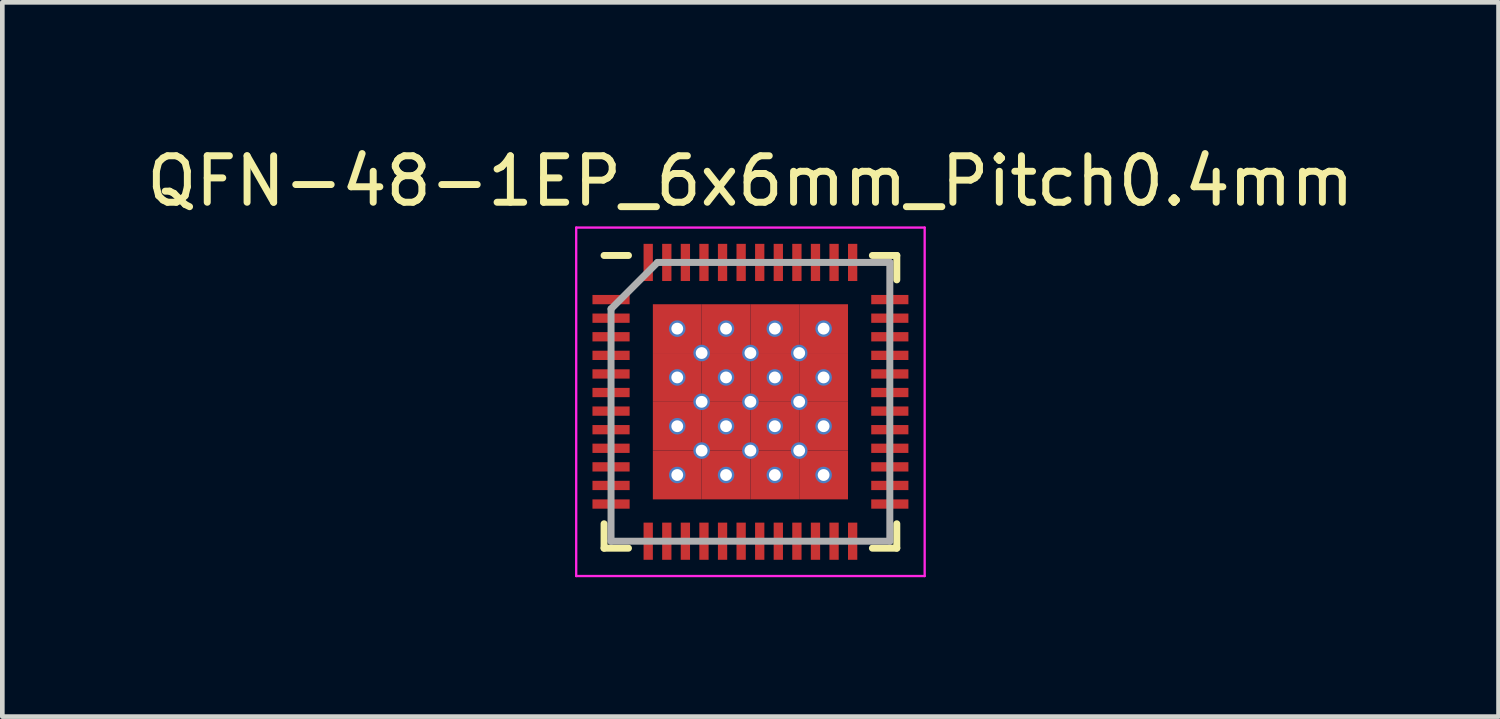
<source format=kicad_pcb>
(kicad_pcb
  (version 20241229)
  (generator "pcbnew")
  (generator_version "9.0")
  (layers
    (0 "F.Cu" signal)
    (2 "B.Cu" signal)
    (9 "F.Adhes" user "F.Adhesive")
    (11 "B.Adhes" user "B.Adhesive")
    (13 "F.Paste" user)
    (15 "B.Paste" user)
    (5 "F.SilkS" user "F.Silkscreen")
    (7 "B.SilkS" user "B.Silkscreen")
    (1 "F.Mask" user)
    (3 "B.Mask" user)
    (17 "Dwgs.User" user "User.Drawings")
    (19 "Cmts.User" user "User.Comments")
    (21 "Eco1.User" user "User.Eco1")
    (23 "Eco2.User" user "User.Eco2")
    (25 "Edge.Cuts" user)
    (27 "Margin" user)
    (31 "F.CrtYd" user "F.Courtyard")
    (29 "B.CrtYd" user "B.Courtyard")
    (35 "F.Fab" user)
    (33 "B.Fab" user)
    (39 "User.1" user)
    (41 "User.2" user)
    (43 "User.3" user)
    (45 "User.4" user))
  (footprint "QFN-48-1EP_6x6mm_Pitch0.4mm"
    (layer "F.Cu")
    (at 13.101 5.598)
    (property "Reference" "QFN-48-1EP_6x6mm_Pitch0.4mm" (at 0 -4.75 0) (layer "F.SilkS") (effects (font (size 1 1) (thickness 0.15))))
    (attr smd)
    (fp_line (start -3.15 -3.15) (end -2.625 -3.15) (stroke (width 0.15) (type solid)) (layer "F.SilkS"))
    (fp_line (start -3.15 3.15) (end -3.15 2.625) (stroke (width 0.15) (type solid)) (layer "F.SilkS"))
    (fp_line (start -3.15 3.15) (end -2.625 3.15) (stroke (width 0.15) (type solid)) (layer "F.SilkS"))
    (fp_line (start 3.15 -3.15) (end 2.625 -3.15) (stroke (width 0.15) (type solid)) (layer "F.SilkS"))
    (fp_line (start 3.15 -3.15) (end 3.15 -2.625) (stroke (width 0.15) (type solid)) (layer "F.SilkS"))
    (fp_line (start 3.15 3.15) (end 2.625 3.15) (stroke (width 0.15) (type solid)) (layer "F.SilkS"))
    (fp_line (start 3.15 3.15) (end 3.15 2.625) (stroke (width 0.15) (type solid)) (layer "F.SilkS"))
    (fp_line (start -3.75 -3.75) (end -3.75 3.75) (stroke (width 0.05) (type solid)) (layer "F.CrtYd"))
    (fp_line (start -3.75 -3.75) (end 3.75 -3.75) (stroke (width 0.05) (type solid)) (layer "F.CrtYd"))
    (fp_line (start -3.75 3.75) (end 3.75 3.75) (stroke (width 0.05) (type solid)) (layer "F.CrtYd"))
    (fp_line (start 3.75 -3.75) (end 3.75 3.75) (stroke (width 0.05) (type solid)) (layer "F.CrtYd"))
    (fp_line (start -3 -2) (end -2 -3) (stroke (width 0.15) (type solid)) (layer "F.Fab"))
    (fp_line (start -3 3) (end -3 -2) (stroke (width 0.15) (type solid)) (layer "F.Fab"))
    (fp_line (start -2 -3) (end 3 -3) (stroke (width 0.15) (type solid)) (layer "F.Fab"))
    (fp_line (start 3 -3) (end 3 3) (stroke (width 0.15) (type solid)) (layer "F.Fab"))
    (fp_line (start 3 3) (end -3 3) (stroke (width 0.15) (type solid)) (layer "F.Fab"))
    (pad "1" smd rect (at -3 -2.2) (size 0.8 0.2) (layers "F.Cu" "F.Mask" "F.Paste"))
    (pad "2" smd rect (at -3 -1.8) (size 0.8 0.2) (layers "F.Cu" "F.Mask" "F.Paste"))
    (pad "3" smd rect (at -3 -1.4) (size 0.8 0.2) (layers "F.Cu" "F.Mask" "F.Paste"))
    (pad "4" smd rect (at -3 -1) (size 0.8 0.2) (layers "F.Cu" "F.Mask" "F.Paste"))
    (pad "5" smd rect (at -3 -0.6) (size 0.8 0.2) (layers "F.Cu" "F.Mask" "F.Paste"))
    (pad "6" smd rect (at -3 -0.2) (size 0.8 0.2) (layers "F.Cu" "F.Mask" "F.Paste"))
    (pad "7" smd rect (at -3 0.2) (size 0.8 0.2) (layers "F.Cu" "F.Mask" "F.Paste"))
    (pad "8" smd rect (at -3 0.6) (size 0.8 0.2) (layers "F.Cu" "F.Mask" "F.Paste"))
    (pad "9" smd rect (at -3 1) (size 0.8 0.2) (layers "F.Cu" "F.Mask" "F.Paste"))
    (pad "10" smd rect (at -3 1.4) (size 0.8 0.2) (layers "F.Cu" "F.Mask" "F.Paste"))
    (pad "11" smd rect (at -3 1.8) (size 0.8 0.2) (layers "F.Cu" "F.Mask" "F.Paste"))
    (pad "12" smd rect (at -3 2.2) (size 0.8 0.2) (layers "F.Cu" "F.Mask" "F.Paste"))
    (pad "13" smd rect (at -2.2 3 90) (size 0.8 0.2) (layers "F.Cu" "F.Mask" "F.Paste"))
    (pad "14" smd rect (at -1.8 3 90) (size 0.8 0.2) (layers "F.Cu" "F.Mask" "F.Paste"))
    (pad "15" smd rect (at -1.4 3 90) (size 0.8 0.2) (layers "F.Cu" "F.Mask" "F.Paste"))
    (pad "16" smd rect (at -1 3 90) (size 0.8 0.2) (layers "F.Cu" "F.Mask" "F.Paste"))
    (pad "17" smd rect (at -0.6 3 90) (size 0.8 0.2) (layers "F.Cu" "F.Mask" "F.Paste"))
    (pad "18" smd rect (at -0.2 3 90) (size 0.8 0.2) (layers "F.Cu" "F.Mask" "F.Paste"))
    (pad "19" smd rect (at 0.2 3 90) (size 0.8 0.2) (layers "F.Cu" "F.Mask" "F.Paste"))
    (pad "20" smd rect (at 0.6 3 90) (size 0.8 0.2) (layers "F.Cu" "F.Mask" "F.Paste"))
    (pad "21" smd rect (at 1 3 90) (size 0.8 0.2) (layers "F.Cu" "F.Mask" "F.Paste"))
    (pad "22" smd rect (at 1.4 3 90) (size 0.8 0.2) (layers "F.Cu" "F.Mask" "F.Paste"))
    (pad "23" smd rect (at 1.8 3 90) (size 0.8 0.2) (layers "F.Cu" "F.Mask" "F.Paste"))
    (pad "24" smd rect (at 2.2 3 90) (size 0.8 0.2) (layers "F.Cu" "F.Mask" "F.Paste"))
    (pad "25" smd rect (at 3 2.2) (size 0.8 0.2) (layers "F.Cu" "F.Mask" "F.Paste"))
    (pad "26" smd rect (at 3 1.8) (size 0.8 0.2) (layers "F.Cu" "F.Mask" "F.Paste"))
    (pad "27" smd rect (at 3 1.4) (size 0.8 0.2) (layers "F.Cu" "F.Mask" "F.Paste"))
    (pad "28" smd rect (at 3 1) (size 0.8 0.2) (layers "F.Cu" "F.Mask" "F.Paste"))
    (pad "29" smd rect (at 3 0.6) (size 0.8 0.2) (layers "F.Cu" "F.Mask" "F.Paste"))
    (pad "30" smd rect (at 3 0.2) (size 0.8 0.2) (layers "F.Cu" "F.Mask" "F.Paste"))
    (pad "31" smd rect (at 3 -0.2) (size 0.8 0.2) (layers "F.Cu" "F.Mask" "F.Paste"))
    (pad "32" smd rect (at 3 -0.6) (size 0.8 0.2) (layers "F.Cu" "F.Mask" "F.Paste"))
    (pad "33" smd rect (at 3 -1) (size 0.8 0.2) (layers "F.Cu" "F.Mask" "F.Paste"))
    (pad "34" smd rect (at 3 -1.4) (size 0.8 0.2) (layers "F.Cu" "F.Mask" "F.Paste"))
    (pad "35" smd rect (at 3 -1.8) (size 0.8 0.2) (layers "F.Cu" "F.Mask" "F.Paste"))
    (pad "36" smd rect (at 3 -2.2) (size 0.8 0.2) (layers "F.Cu" "F.Mask" "F.Paste"))
    (pad "37" smd rect (at 2.2 -3 90) (size 0.8 0.2) (layers "F.Cu" "F.Mask" "F.Paste"))
    (pad "38" smd rect (at 1.8 -3 90) (size 0.8 0.2) (layers "F.Cu" "F.Mask" "F.Paste"))
    (pad "39" smd rect (at 1.4 -3 90) (size 0.8 0.2) (layers "F.Cu" "F.Mask" "F.Paste"))
    (pad "40" smd rect (at 1 -3 90) (size 0.8 0.2) (layers "F.Cu" "F.Mask" "F.Paste"))
    (pad "41" smd rect (at 0.6 -3 90) (size 0.8 0.2) (layers "F.Cu" "F.Mask" "F.Paste"))
    (pad "42" smd rect (at 0.2 -3 90) (size 0.8 0.2) (layers "F.Cu" "F.Mask" "F.Paste"))
    (pad "43" smd rect (at -0.2 -3 90) (size 0.8 0.2) (layers "F.Cu" "F.Mask" "F.Paste"))
    (pad "44" smd rect (at -0.6 -3 90) (size 0.8 0.2) (layers "F.Cu" "F.Mask" "F.Paste"))
    (pad "45" smd rect (at -1 -3 90) (size 0.8 0.2) (layers "F.Cu" "F.Mask" "F.Paste"))
    (pad "46" smd rect (at -1.4 -3 90) (size 0.8 0.2) (layers "F.Cu" "F.Mask" "F.Paste"))
    (pad "47" smd rect (at -1.8 -3 90) (size 0.8 0.2) (layers "F.Cu" "F.Mask" "F.Paste"))
    (pad "48" smd rect (at -2.2 -3 90) (size 0.8 0.2) (layers "F.Cu" "F.Mask" "F.Paste"))
    (pad "49" thru_hole circle (at -1.575 -1.575) (size 0.356 0.356) (drill 0.254) (layers "*.Cu"))
    (pad "49" smd rect (at -1.575 -1.575) (size 1.05 1.05) (layers "F.Cu" "F.Mask" "F.Paste"))
    (pad "49" thru_hole circle (at -1.575 -0.525) (size 0.356 0.356) (drill 0.254) (layers "*.Cu"))
    (pad "49" smd rect (at -1.575 -0.525) (size 1.05 1.05) (layers "F.Cu" "F.Mask" "F.Paste"))
    (pad "49" thru_hole circle (at -1.575 0.525) (size 0.356 0.356) (drill 0.254) (layers "*.Cu"))
    (pad "49" smd rect (at -1.575 0.525) (size 1.05 1.05) (layers "F.Cu" "F.Mask" "F.Paste"))
    (pad "49" thru_hole circle (at -1.575 1.575) (size 0.356 0.356) (drill 0.254) (layers "*.Cu"))
    (pad "49" smd rect (at -1.575 1.575) (size 1.05 1.05) (layers "F.Cu" "F.Mask" "F.Paste"))
    (pad "49" thru_hole circle (at -1.05 -1.05) (size 0.356 0.356) (drill 0.254) (layers "*.Cu"))
    (pad "49" thru_hole circle (at -1.05 0) (size 0.356 0.356) (drill 0.254) (layers "*.Cu"))
    (pad "49" thru_hole circle (at -1.05 1.05) (size 0.356 0.356) (drill 0.254) (layers "*.Cu"))
    (pad "49" thru_hole circle (at -0.525 -1.575) (size 0.356 0.356) (drill 0.254) (layers "*.Cu"))
    (pad "49" smd rect (at -0.525 -1.575) (size 1.05 1.05) (layers "F.Cu" "F.Mask" "F.Paste"))
    (pad "49" thru_hole circle (at -0.525 -0.525) (size 0.356 0.356) (drill 0.254) (layers "*.Cu"))
    (pad "49" smd rect (at -0.525 -0.525) (size 1.05 1.05) (layers "F.Cu" "F.Mask" "F.Paste"))
    (pad "49" thru_hole circle (at -0.525 0.525) (size 0.356 0.356) (drill 0.254) (layers "*.Cu"))
    (pad "49" smd rect (at -0.525 0.525) (size 1.05 1.05) (layers "F.Cu" "F.Mask" "F.Paste"))
    (pad "49" thru_hole circle (at -0.525 1.575) (size 0.356 0.356) (drill 0.254) (layers "*.Cu"))
    (pad "49" smd rect (at -0.525 1.575) (size 1.05 1.05) (layers "F.Cu" "F.Mask" "F.Paste"))
    (pad "49" thru_hole circle (at 0 -1.05) (size 0.356 0.356) (drill 0.254) (layers "*.Cu"))
    (pad "49" thru_hole circle (at 0 0) (size 0.356 0.356) (drill 0.254) (layers "*.Cu"))
    (pad "49" thru_hole circle (at 0 1.05) (size 0.356 0.356) (drill 0.254) (layers "*.Cu"))
    (pad "49" thru_hole circle (at 0.525 -1.575) (size 0.356 0.356) (drill 0.254) (layers "*.Cu"))
    (pad "49" smd rect (at 0.525 -1.575) (size 1.05 1.05) (layers "F.Cu" "F.Mask" "F.Paste"))
    (pad "49" thru_hole circle (at 0.525 -0.525) (size 0.356 0.356) (drill 0.254) (layers "*.Cu"))
    (pad "49" smd rect (at 0.525 -0.525) (size 1.05 1.05) (layers "F.Cu" "F.Mask" "F.Paste"))
    (pad "49" thru_hole circle (at 0.525 0.525) (size 0.356 0.356) (drill 0.254) (layers "*.Cu"))
    (pad "49" smd rect (at 0.525 0.525) (size 1.05 1.05) (layers "F.Cu" "F.Mask" "F.Paste"))
    (pad "49" thru_hole circle (at 0.525 1.575) (size 0.356 0.356) (drill 0.254) (layers "*.Cu"))
    (pad "49" smd rect (at 0.525 1.575) (size 1.05 1.05) (layers "F.Cu" "F.Mask" "F.Paste"))
    (pad "49" thru_hole circle (at 1.05 -1.05) (size 0.356 0.356) (drill 0.254) (layers "*.Cu"))
    (pad "49" thru_hole circle (at 1.05 0) (size 0.356 0.356) (drill 0.254) (layers "*.Cu"))
    (pad "49" thru_hole circle (at 1.05 1.05) (size 0.356 0.356) (drill 0.254) (layers "*.Cu"))
    (pad "49" thru_hole circle (at 1.575 -1.575) (size 0.356 0.356) (drill 0.254) (layers "*.Cu"))
    (pad "49" smd rect (at 1.575 -1.575) (size 1.05 1.05) (layers "F.Cu" "F.Mask" "F.Paste"))
    (pad "49" thru_hole circle (at 1.575 -0.525) (size 0.356 0.356) (drill 0.254) (layers "*.Cu"))
    (pad "49" smd rect (at 1.575 -0.525) (size 1.05 1.05) (layers "F.Cu" "F.Mask" "F.Paste"))
    (pad "49" thru_hole circle (at 1.575 0.525) (size 0.356 0.356) (drill 0.254) (layers "*.Cu"))
    (pad "49" smd rect (at 1.575 0.525) (size 1.05 1.05) (layers "F.Cu" "F.Mask" "F.Paste"))
    (pad "49" thru_hole circle (at 1.575 1.575) (size 0.356 0.356) (drill 0.254) (layers "*.Cu"))
    (pad "49" smd rect (at 1.575 1.575) (size 1.05 1.05) (layers "F.Cu" "F.Mask" "F.Paste")))
  (gr_rect
    (start -3 -3)
    (end 29.202 12.373)
    (stroke (width 0.1) (type default))
    (fill no)
    (layer "Edge.Cuts")))
</source>
